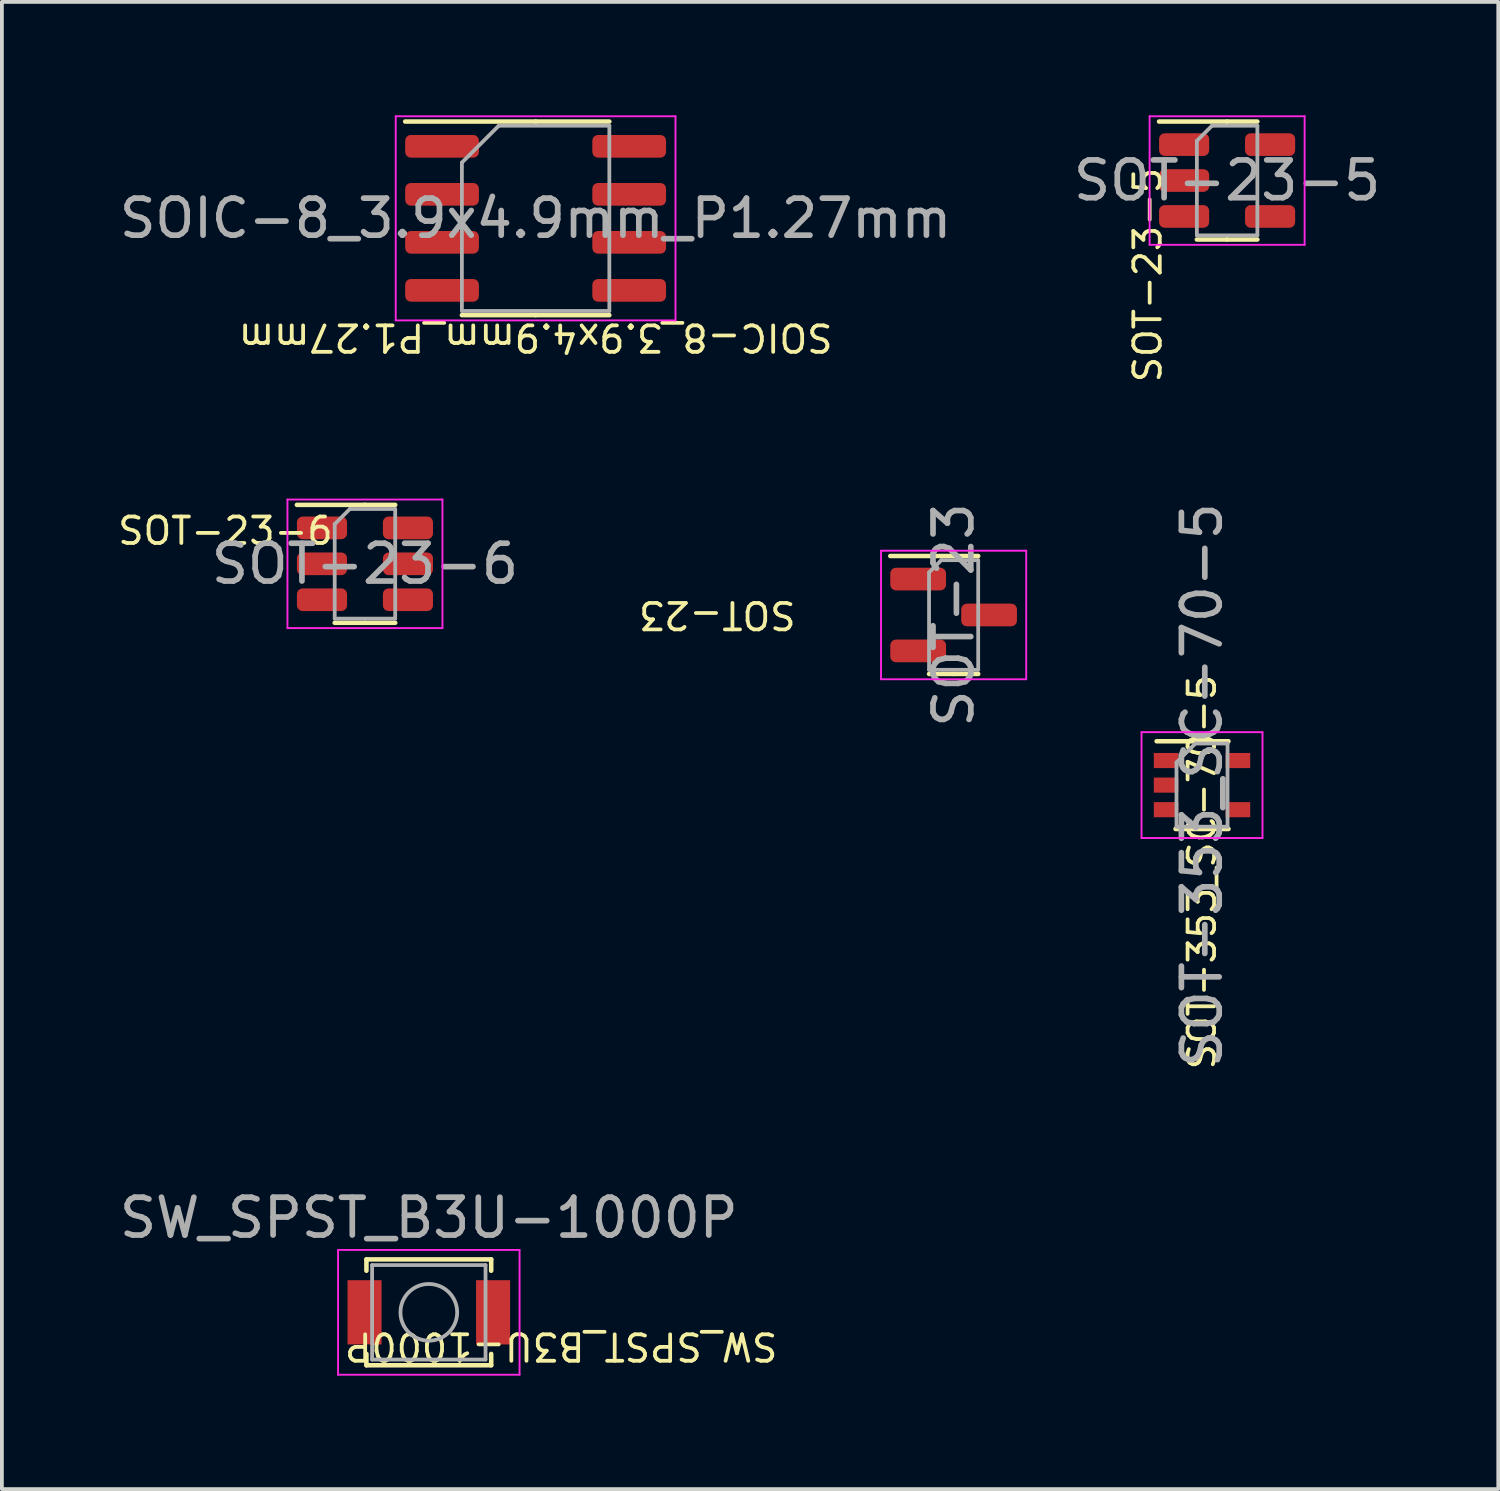
<source format=kicad_pcb>
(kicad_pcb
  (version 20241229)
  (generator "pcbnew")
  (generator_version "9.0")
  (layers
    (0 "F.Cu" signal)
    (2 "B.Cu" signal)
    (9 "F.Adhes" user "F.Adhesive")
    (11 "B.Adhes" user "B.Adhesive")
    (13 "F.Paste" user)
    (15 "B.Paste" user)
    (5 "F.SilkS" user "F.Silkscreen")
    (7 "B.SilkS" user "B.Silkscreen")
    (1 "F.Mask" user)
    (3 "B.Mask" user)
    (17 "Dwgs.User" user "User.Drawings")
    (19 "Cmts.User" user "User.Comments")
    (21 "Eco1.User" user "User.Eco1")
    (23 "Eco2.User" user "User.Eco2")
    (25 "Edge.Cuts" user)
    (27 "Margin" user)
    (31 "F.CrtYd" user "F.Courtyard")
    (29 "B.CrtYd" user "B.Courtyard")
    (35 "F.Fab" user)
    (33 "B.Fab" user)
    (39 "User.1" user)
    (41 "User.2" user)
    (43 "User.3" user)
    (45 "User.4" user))
  (footprint "SOT-23-6"
    (layer "F.Cu")
    (at 6.603 11.863)
    (property "Reference" "SOT-23-6" (at -3.69 -0.87 0) (unlocked yes) (layer "F.SilkS") (effects (font (size 0.7 0.7) (thickness 0.1))))
    (attr smd)
    (fp_line (start 0 -1.56) (end -1.8 -1.56) (stroke (width 0.12) (type solid)) (layer "F.SilkS"))
    (fp_line (start 0 -1.56) (end 0.8 -1.56) (stroke (width 0.12) (type solid)) (layer "F.SilkS"))
    (fp_line (start 0 1.56) (end -0.8 1.56) (stroke (width 0.12) (type solid)) (layer "F.SilkS"))
    (fp_line (start 0 1.56) (end 0.8 1.56) (stroke (width 0.12) (type solid)) (layer "F.SilkS"))
    (fp_line (start -2.05 -1.7) (end -2.05 1.7) (stroke (width 0.05) (type solid)) (layer "F.CrtYd"))
    (fp_line (start -2.05 1.7) (end 2.05 1.7) (stroke (width 0.05) (type solid)) (layer "F.CrtYd"))
    (fp_line (start 2.05 -1.7) (end -2.05 -1.7) (stroke (width 0.05) (type solid)) (layer "F.CrtYd"))
    (fp_line (start 2.05 1.7) (end 2.05 -1.7) (stroke (width 0.05) (type solid)) (layer "F.CrtYd"))
    (fp_line (start -0.8 -1.05) (end -0.4 -1.45) (stroke (width 0.1) (type solid)) (layer "F.Fab"))
    (fp_line (start -0.8 1.45) (end -0.8 -1.05) (stroke (width 0.1) (type solid)) (layer "F.Fab"))
    (fp_line (start -0.4 -1.45) (end 0.8 -1.45) (stroke (width 0.1) (type solid)) (layer "F.Fab"))
    (fp_line (start 0.8 -1.45) (end 0.8 1.45) (stroke (width 0.1) (type solid)) (layer "F.Fab"))
    (fp_line (start 0.8 1.45) (end -0.8 1.45) (stroke (width 0.1) (type solid)) (layer "F.Fab"))
    (fp_text user "${REFERENCE}" (at 0 0 0) (unlocked yes) (layer "F.Fab") (effects (font (size 1 1) (thickness 0.15))))
    (pad "1" smd roundrect (at -1.137 -0.95) (size 1.325 0.6) (layers "F.Cu" "F.Mask" "F.Paste") (roundrect_rratio 0.25))
    (pad "2" smd roundrect (at -1.137 0) (size 1.325 0.6) (layers "F.Cu" "F.Mask" "F.Paste") (roundrect_rratio 0.25))
    (pad "3" smd roundrect (at -1.137 0.95) (size 1.325 0.6) (layers "F.Cu" "F.Mask" "F.Paste") (roundrect_rratio 0.25))
    (pad "4" smd roundrect (at 1.137 0.95) (size 1.325 0.6) (layers "F.Cu" "F.Mask" "F.Paste") (roundrect_rratio 0.25))
    (pad "5" smd roundrect (at 1.137 0) (size 1.325 0.6) (layers "F.Cu" "F.Mask" "F.Paste") (roundrect_rratio 0.25))
    (pad "6" smd roundrect (at 1.137 -0.95) (size 1.325 0.6) (layers "F.Cu" "F.Mask" "F.Paste") (roundrect_rratio 0.25)))
  (footprint "SW_SPST_B3U-1000P"
    (layer "F.Cu")
    (at 8.292 31.661)
    (property "Reference" "SW_SPST_B3U-1000P" (at 3.5 0.9 180) (unlocked yes) (layer "F.SilkS") (effects (font (size 0.7 0.7) (thickness 0.1))))
    (attr smd)
    (fp_line (start -1.65 -1.4) (end 1.65 -1.4) (stroke (width 0.12) (type solid)) (layer "F.SilkS"))
    (fp_line (start -1.65 -1.1) (end -1.65 -1.4) (stroke (width 0.12) (type solid)) (layer "F.SilkS"))
    (fp_line (start -1.65 1.1) (end -1.65 1.4) (stroke (width 0.12) (type solid)) (layer "F.SilkS"))
    (fp_line (start -1.65 1.4) (end 1.65 1.4) (stroke (width 0.12) (type solid)) (layer "F.SilkS"))
    (fp_line (start 1.65 -1.4) (end 1.65 -1.1) (stroke (width 0.12) (type solid)) (layer "F.SilkS"))
    (fp_line (start 1.65 1.4) (end 1.65 1.1) (stroke (width 0.12) (type solid)) (layer "F.SilkS"))
    (fp_line (start -2.4 -1.65) (end -2.4 1.65) (stroke (width 0.05) (type solid)) (layer "F.CrtYd"))
    (fp_line (start -2.4 1.65) (end 2.4 1.65) (stroke (width 0.05) (type solid)) (layer "F.CrtYd"))
    (fp_line (start 2.4 -1.65) (end -2.4 -1.65) (stroke (width 0.05) (type solid)) (layer "F.CrtYd"))
    (fp_line (start 2.4 1.65) (end 2.4 -1.65) (stroke (width 0.05) (type solid)) (layer "F.CrtYd"))
    (fp_line (start -1.5 -1.25) (end 1.5 -1.25) (stroke (width 0.1) (type solid)) (layer "F.Fab"))
    (fp_line (start -1.5 1.25) (end -1.5 -1.25) (stroke (width 0.1) (type solid)) (layer "F.Fab"))
    (fp_line (start 1.5 -1.25) (end 1.5 1.25) (stroke (width 0.1) (type solid)) (layer "F.Fab"))
    (fp_line (start 1.5 1.25) (end -1.5 1.25) (stroke (width 0.1) (type solid)) (layer "F.Fab"))
    (fp_circle (center 0 0) (end 0.75 0) (stroke (width 0.1) (type solid)) (fill no) (layer "F.Fab"))
    (fp_text user "${REFERENCE}" (at 0 -2.5 180) (layer "F.Fab") (effects (font (size 1 1) (thickness 0.15))))
    (pad "1" smd rect (at -1.7 0) (size 0.9 1.7) (layers "F.Cu" "F.Mask" "F.Paste"))
    (pad "2" smd rect (at 1.7 0) (size 0.9 1.7) (layers "F.Cu" "F.Mask" "F.Paste")))
  (footprint "SOT-23"
    (layer "F.Cu")
    (at 22.173 13.216)
    (property "Reference" "SOT-23" (at -6.25 0 180) (unlocked yes) (layer "F.SilkS") (effects (font (size 0.7 0.7) (thickness 0.1))))
    (attr smd)
    (fp_line (start 0 -1.56) (end -1.675 -1.56) (stroke (width 0.12) (type solid)) (layer "F.SilkS"))
    (fp_line (start 0 -1.56) (end 0.65 -1.56) (stroke (width 0.12) (type solid)) (layer "F.SilkS"))
    (fp_line (start 0 1.56) (end -0.65 1.56) (stroke (width 0.12) (type solid)) (layer "F.SilkS"))
    (fp_line (start 0 1.56) (end 0.65 1.56) (stroke (width 0.12) (type solid)) (layer "F.SilkS"))
    (fp_line (start -1.92 -1.7) (end -1.92 1.7) (stroke (width 0.05) (type solid)) (layer "F.CrtYd"))
    (fp_line (start -1.92 1.7) (end 1.92 1.7) (stroke (width 0.05) (type solid)) (layer "F.CrtYd"))
    (fp_line (start 1.92 -1.7) (end -1.92 -1.7) (stroke (width 0.05) (type solid)) (layer "F.CrtYd"))
    (fp_line (start 1.92 1.7) (end 1.92 -1.7) (stroke (width 0.05) (type solid)) (layer "F.CrtYd"))
    (fp_line (start -0.65 -1.125) (end -0.325 -1.45) (stroke (width 0.1) (type solid)) (layer "F.Fab"))
    (fp_line (start -0.65 1.45) (end -0.65 -1.125) (stroke (width 0.1) (type solid)) (layer "F.Fab"))
    (fp_line (start -0.325 -1.45) (end 0.65 -1.45) (stroke (width 0.1) (type solid)) (layer "F.Fab"))
    (fp_line (start 0.65 -1.45) (end 0.65 1.45) (stroke (width 0.1) (type solid)) (layer "F.Fab"))
    (fp_line (start 0.65 1.45) (end -0.65 1.45) (stroke (width 0.1) (type solid)) (layer "F.Fab"))
    (fp_text user "${REFERENCE}" (at 0 0 90) (unlocked yes) (layer "F.Fab") (effects (font (size 1 1) (thickness 0.15))))
    (pad "1" smd roundrect (at -0.938 -0.95) (size 1.475 0.6) (layers "F.Cu" "F.Mask" "F.Paste") (roundrect_rratio 0.25))
    (pad "2" smd roundrect (at -0.938 0.95) (size 1.475 0.6) (layers "F.Cu" "F.Mask" "F.Paste") (roundrect_rratio 0.25))
    (pad "3" smd roundrect (at 0.938 0) (size 1.475 0.6) (layers "F.Cu" "F.Mask" "F.Paste") (roundrect_rratio 0.25)))
  (footprint "SOIC-8_3.9x4.9mm_P1.27mm"
    (layer "F.Cu")
    (at 11.117 2.725)
    (property "Reference" "SOIC-8_3.9x4.9mm_P1.27mm" (at 0 3.15 180) (unlocked yes) (layer "F.SilkS") (effects (font (size 0.7 0.7) (thickness 0.1))))
    (attr smd)
    (fp_line (start 0 -2.56) (end -3.45 -2.56) (stroke (width 0.12) (type solid)) (layer "F.SilkS"))
    (fp_line (start 0 -2.56) (end 1.95 -2.56) (stroke (width 0.12) (type solid)) (layer "F.SilkS"))
    (fp_line (start 0 2.56) (end -1.95 2.56) (stroke (width 0.12) (type solid)) (layer "F.SilkS"))
    (fp_line (start 0 2.56) (end 1.95 2.56) (stroke (width 0.12) (type solid)) (layer "F.SilkS"))
    (fp_line (start -3.7 -2.7) (end -3.7 2.7) (stroke (width 0.05) (type solid)) (layer "F.CrtYd"))
    (fp_line (start -3.7 2.7) (end 3.7 2.7) (stroke (width 0.05) (type solid)) (layer "F.CrtYd"))
    (fp_line (start 3.7 -2.7) (end -3.7 -2.7) (stroke (width 0.05) (type solid)) (layer "F.CrtYd"))
    (fp_line (start 3.7 2.7) (end 3.7 -2.7) (stroke (width 0.05) (type solid)) (layer "F.CrtYd"))
    (fp_line (start -1.95 -1.475) (end -0.975 -2.45) (stroke (width 0.1) (type solid)) (layer "F.Fab"))
    (fp_line (start -1.95 2.45) (end -1.95 -1.475) (stroke (width 0.1) (type solid)) (layer "F.Fab"))
    (fp_line (start -0.975 -2.45) (end 1.95 -2.45) (stroke (width 0.1) (type solid)) (layer "F.Fab"))
    (fp_line (start 1.95 -2.45) (end 1.95 2.45) (stroke (width 0.1) (type solid)) (layer "F.Fab"))
    (fp_line (start 1.95 2.45) (end -1.95 2.45) (stroke (width 0.1) (type solid)) (layer "F.Fab"))
    (fp_text user "${REFERENCE}" (at 0 0 180) (layer "F.Fab") (effects (font (size 0.98 0.98) (thickness 0.15))))
    (pad "1" smd roundrect (at -2.475 -1.905) (size 1.95 0.6) (layers "F.Cu" "F.Mask" "F.Paste") (roundrect_rratio 0.25))
    (pad "2" smd roundrect (at -2.475 -0.635) (size 1.95 0.6) (layers "F.Cu" "F.Mask" "F.Paste") (roundrect_rratio 0.25))
    (pad "3" smd roundrect (at -2.475 0.635) (size 1.95 0.6) (layers "F.Cu" "F.Mask" "F.Paste") (roundrect_rratio 0.25))
    (pad "4" smd roundrect (at -2.475 1.905) (size 1.95 0.6) (layers "F.Cu" "F.Mask" "F.Paste") (roundrect_rratio 0.25))
    (pad "5" smd roundrect (at 2.475 1.905) (size 1.95 0.6) (layers "F.Cu" "F.Mask" "F.Paste") (roundrect_rratio 0.25))
    (pad "6" smd roundrect (at 2.475 0.635) (size 1.95 0.6) (layers "F.Cu" "F.Mask" "F.Paste") (roundrect_rratio 0.25))
    (pad "7" smd roundrect (at 2.475 -0.635) (size 1.95 0.6) (layers "F.Cu" "F.Mask" "F.Paste") (roundrect_rratio 0.25))
    (pad "8" smd roundrect (at 2.475 -1.905) (size 1.95 0.6) (layers "F.Cu" "F.Mask" "F.Paste") (roundrect_rratio 0.25)))
  (footprint "SOT-23-5"
    (layer "F.Cu")
    (at 29.407 1.725)
    (property "Reference" "SOT-23-5" (at -2.1 2.5 90) (unlocked yes) (layer "F.SilkS") (effects (font (size 0.7 0.7) (thickness 0.1))))
    (attr smd)
    (fp_line (start 0 -1.56) (end -1.8 -1.56) (stroke (width 0.12) (type solid)) (layer "F.SilkS"))
    (fp_line (start 0 -1.56) (end 0.8 -1.56) (stroke (width 0.12) (type solid)) (layer "F.SilkS"))
    (fp_line (start 0 1.56) (end -0.8 1.56) (stroke (width 0.12) (type solid)) (layer "F.SilkS"))
    (fp_line (start 0 1.56) (end 0.8 1.56) (stroke (width 0.12) (type solid)) (layer "F.SilkS"))
    (fp_line (start -2.05 -1.7) (end -2.05 1.7) (stroke (width 0.05) (type solid)) (layer "F.CrtYd"))
    (fp_line (start -2.05 1.7) (end 2.05 1.7) (stroke (width 0.05) (type solid)) (layer "F.CrtYd"))
    (fp_line (start 2.05 -1.7) (end -2.05 -1.7) (stroke (width 0.05) (type solid)) (layer "F.CrtYd"))
    (fp_line (start 2.05 1.7) (end 2.05 -1.7) (stroke (width 0.05) (type solid)) (layer "F.CrtYd"))
    (fp_line (start -0.8 -1.05) (end -0.4 -1.45) (stroke (width 0.1) (type solid)) (layer "F.Fab"))
    (fp_line (start -0.8 1.45) (end -0.8 -1.05) (stroke (width 0.1) (type solid)) (layer "F.Fab"))
    (fp_line (start -0.4 -1.45) (end 0.8 -1.45) (stroke (width 0.1) (type solid)) (layer "F.Fab"))
    (fp_line (start 0.8 -1.45) (end 0.8 1.45) (stroke (width 0.1) (type solid)) (layer "F.Fab"))
    (fp_line (start 0.8 1.45) (end -0.8 1.45) (stroke (width 0.1) (type solid)) (layer "F.Fab"))
    (fp_text user "${REFERENCE}" (at 0 0 0) (unlocked yes) (layer "F.Fab") (effects (font (size 1 1) (thickness 0.15))))
    (pad "1" smd roundrect (at -1.137 -0.95) (size 1.325 0.6) (layers "F.Cu" "F.Mask" "F.Paste") (roundrect_rratio 0.25))
    (pad "2" smd roundrect (at -1.137 0) (size 1.325 0.6) (layers "F.Cu" "F.Mask" "F.Paste") (roundrect_rratio 0.25))
    (pad "3" smd roundrect (at -1.137 0.95) (size 1.325 0.6) (layers "F.Cu" "F.Mask" "F.Paste") (roundrect_rratio 0.25))
    (pad "4" smd roundrect (at 1.137 0.95) (size 1.325 0.6) (layers "F.Cu" "F.Mask" "F.Paste") (roundrect_rratio 0.25))
    (pad "5" smd roundrect (at 1.137 -0.95) (size 1.325 0.6) (layers "F.Cu" "F.Mask" "F.Paste") (roundrect_rratio 0.25)))
  (footprint "SOT-353_SC-70-5"
    (layer "F.Cu")
    (at 28.743 17.716)
    (property "Reference" "SOT-353_SC-70-5" (at 0 2.3 90) (unlocked yes) (layer "F.SilkS") (effects (font (size 0.7 0.7) (thickness 0.1))))
    (attr smd)
    (fp_line (start -0.7 1.16) (end 0.7 1.16) (stroke (width 0.12) (type solid)) (layer "F.SilkS"))
    (fp_line (start 0.7 -1.16) (end -1.2 -1.16) (stroke (width 0.12) (type solid)) (layer "F.SilkS"))
    (fp_line (start -1.6 -1.4) (end -1.6 1.4) (stroke (width 0.05) (type solid)) (layer "F.CrtYd"))
    (fp_line (start -1.6 -1.4) (end 1.6 -1.4) (stroke (width 0.05) (type solid)) (layer "F.CrtYd"))
    (fp_line (start -1.6 1.4) (end 1.6 1.4) (stroke (width 0.05) (type solid)) (layer "F.CrtYd"))
    (fp_line (start 1.6 1.4) (end 1.6 -1.4) (stroke (width 0.05) (type solid)) (layer "F.CrtYd"))
    (fp_line (start -0.675 -0.6) (end -0.675 1.1) (stroke (width 0.1) (type solid)) (layer "F.Fab"))
    (fp_line (start -0.175 -1.1) (end -0.675 -0.6) (stroke (width 0.1) (type solid)) (layer "F.Fab"))
    (fp_line (start 0.675 -1.1) (end -0.175 -1.1) (stroke (width 0.1) (type solid)) (layer "F.Fab"))
    (fp_line (start 0.675 -1.1) (end 0.675 1.1) (stroke (width 0.1) (type solid)) (layer "F.Fab"))
    (fp_line (start 0.675 1.1) (end -0.675 1.1) (stroke (width 0.1) (type solid)) (layer "F.Fab"))
    (fp_text user "${REFERENCE}" (at 0 0 90) (unlocked yes) (layer "F.Fab") (effects (font (size 1 1) (thickness 0.15))))
    (pad "1" smd rect (at -0.95 -0.65) (size 0.65 0.4) (layers "F.Cu" "F.Mask" "F.Paste"))
    (pad "2" smd rect (at -0.95 0) (size 0.65 0.4) (layers "F.Cu" "F.Mask" "F.Paste"))
    (pad "3" smd rect (at -0.95 0.65) (size 0.65 0.4) (layers "F.Cu" "F.Mask" "F.Paste"))
    (pad "4" smd rect (at 0.95 0.65) (size 0.65 0.4) (layers "F.Cu" "F.Mask" "F.Paste"))
    (pad "5" smd rect (at 0.95 -0.65) (size 0.65 0.4) (layers "F.Cu" "F.Mask" "F.Paste")))
  (gr_rect
    (start -3 -3)
    (end 36.579 36.336)
    (stroke (width 0.1) (type default))
    (fill no)
    (layer "Edge.Cuts")))
</source>
